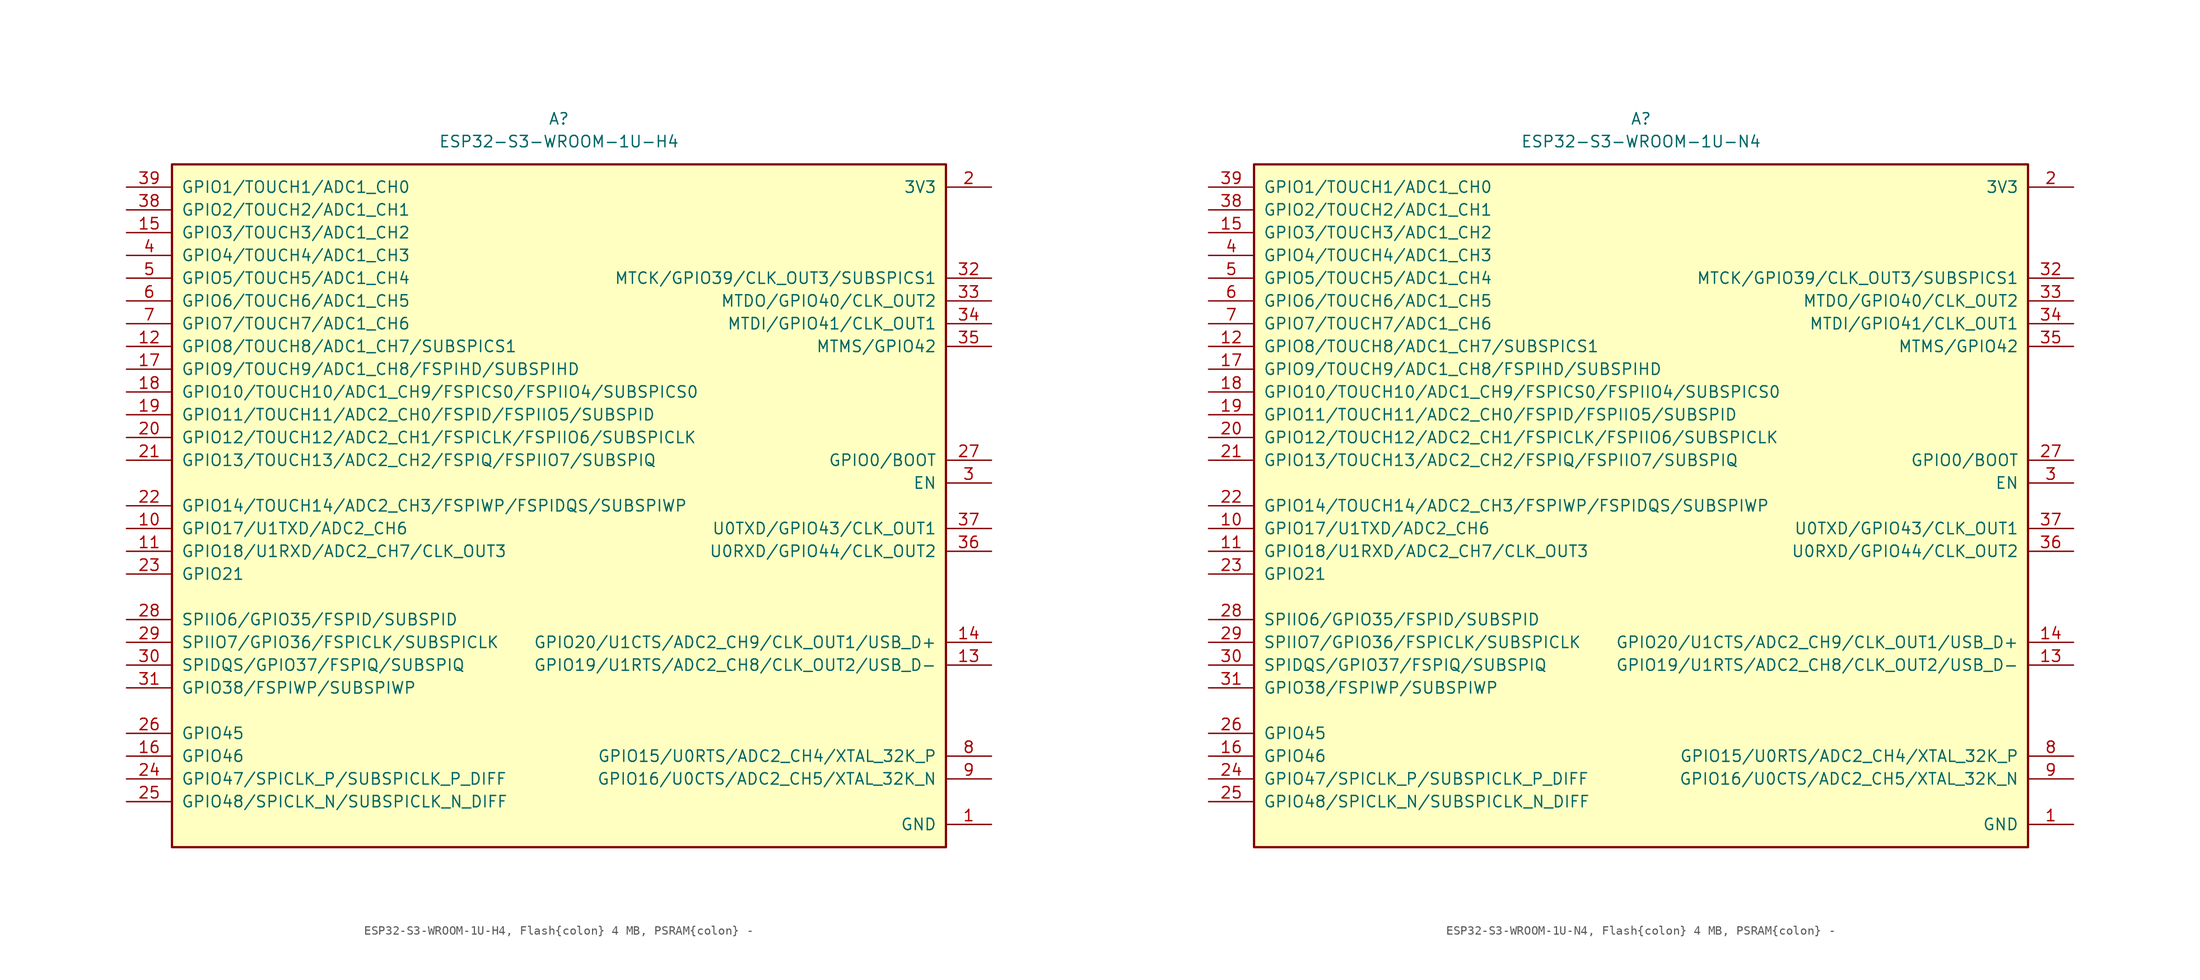
<source format=kicad_sym>
(kicad_symbol_lib
  (version 20241209)
  (generator "kicad_symbol_editor")
  (generator_version "9.0")
  (symbol "ESP32-S3-WROOM-1U-H4, Flash{colon} 4 MB, PSRAM{colon} -"
    (pin_names
      (offset 1.016))
    (property "Reference" "A"
      (at 0 43.18 0)
      (effects (font (size 1.27 1.27))))
    (property "Value" "ESP32-S3-WROOM-1U-H4"
      (at 0 40.64 0)
      (effects (font (size 1.27 1.27))))
    (symbol "ESP32-S3-WROOM-1U-H4, Flash{colon} 4 MB, PSRAM{colon} -_0_0"
      (pin bidirectional line (at -48.26 35.56 0) (length 5.08) (name "GPIO1/TOUCH1/ADC1_CH0" (effects (font (size 1.27 1.27)))) (number "39" (effects (font (size 1.27 1.27)))))
      (pin bidirectional line (at -48.26 33.02 0) (length 5.08) (name "GPIO2/TOUCH2/ADC1_CH1" (effects (font (size 1.27 1.27)))) (number "38" (effects (font (size 1.27 1.27)))))
      (pin bidirectional line (at -48.26 30.48 0) (length 5.08) (name "GPIO3/TOUCH3/ADC1_CH2" (effects (font (size 1.27 1.27)))) (number "15" (effects (font (size 1.27 1.27)))))
      (pin bidirectional line (at -48.26 27.94 0) (length 5.08) (name "GPIO4/TOUCH4/ADC1_CH3" (effects (font (size 1.27 1.27)))) (number "4" (effects (font (size 1.27 1.27)))))
      (pin bidirectional line (at -48.26 25.4 0) (length 5.08) (name "GPIO5/TOUCH5/ADC1_CH4" (effects (font (size 1.27 1.27)))) (number "5" (effects (font (size 1.27 1.27)))))
      (pin bidirectional line (at -48.26 22.86 0) (length 5.08) (name "GPIO6/TOUCH6/ADC1_CH5" (effects (font (size 1.27 1.27)))) (number "6" (effects (font (size 1.27 1.27)))))
      (pin bidirectional line (at -48.26 20.32 0) (length 5.08) (name "GPIO7/TOUCH7/ADC1_CH6" (effects (font (size 1.27 1.27)))) (number "7" (effects (font (size 1.27 1.27)))))
      (pin bidirectional line (at -48.26 17.78 0) (length 5.08) (name "GPIO8/TOUCH8/ADC1_CH7/SUBSPICS1" (effects (font (size 1.27 1.27)))) (number "12" (effects (font (size 1.27 1.27)))))
      (pin bidirectional line (at -48.26 15.24 0) (length 5.08) (name "GPIO9/TOUCH9/ADC1_CH8/FSPIHD/SUBSPIHD" (effects (font (size 1.27 1.27)))) (number "17" (effects (font (size 1.27 1.27)))))
      (pin bidirectional line (at -48.26 12.7 0) (length 5.08) (name "GPIO10/TOUCH10/ADC1_CH9/FSPICS0/FSPIIO4/SUBSPICS0" (effects (font (size 1.27 1.27)))) (number "18" (effects (font (size 1.27 1.27)))))
      (pin bidirectional line (at -48.26 10.16 0) (length 5.08) (name "GPIO11/TOUCH11/ADC2_CH0/FSPID/FSPIIO5/SUBSPID" (effects (font (size 1.27 1.27)))) (number "19" (effects (font (size 1.27 1.27)))))
      (pin bidirectional line (at -48.26 7.62 0) (length 5.08) (name "GPIO12/TOUCH12/ADC2_CH1/FSPICLK/FSPIIO6/SUBSPICLK" (effects (font (size 1.27 1.27)))) (number "20" (effects (font (size 1.27 1.27)))))
      (pin bidirectional line (at -48.26 5.08 0) (length 5.08) (name "GPIO13/TOUCH13/ADC2_CH2/FSPIQ/FSPIIO7/SUBSPIQ" (effects (font (size 1.27 1.27)))) (number "21" (effects (font (size 1.27 1.27)))))
      (pin bidirectional line (at -48.26 0 0) (length 5.08) (name "GPIO14/TOUCH14/ADC2_CH3/FSPIWP/FSPIDQS/SUBSPIWP" (effects (font (size 1.27 1.27)))) (number "22" (effects (font (size 1.27 1.27)))))
      (pin bidirectional line (at -48.26 -2.54 0) (length 5.08) (name "GPIO17/U1TXD/ADC2_CH6" (effects (font (size 1.27 1.27)))) (number "10" (effects (font (size 1.27 1.27)))))
      (pin bidirectional line (at -48.26 -5.08 0) (length 5.08) (name "GPIO18/U1RXD/ADC2_CH7/CLK_OUT3" (effects (font (size 1.27 1.27)))) (number "11" (effects (font (size 1.27 1.27)))))
      (pin bidirectional line (at -48.26 -7.62 0) (length 5.08) (name "GPIO21" (effects (font (size 1.27 1.27)))) (number "23" (effects (font (size 1.27 1.27)))))
      (pin bidirectional line (at -48.26 -12.7 0) (length 5.08) (name "SPIIO6/GPIO35/FSPID/SUBSPID" (effects (font (size 1.27 1.27)))) (number "28" (effects (font (size 1.27 1.27)))))
      (pin bidirectional line (at -48.26 -15.24 0) (length 5.08) (name "SPIIO7/GPIO36/FSPICLK/SUBSPICLK" (effects (font (size 1.27 1.27)))) (number "29" (effects (font (size 1.27 1.27)))))
      (pin bidirectional line (at -48.26 -17.78 0) (length 5.08) (name "SPIDQS/GPIO37/FSPIQ/SUBSPIQ" (effects (font (size 1.27 1.27)))) (number "30" (effects (font (size 1.27 1.27)))))
      (pin bidirectional line (at -48.26 -20.32 0) (length 5.08) (name "GPIO38/FSPIWP/SUBSPIWP" (effects (font (size 1.27 1.27)))) (number "31" (effects (font (size 1.27 1.27)))))
      (pin bidirectional line (at -48.26 -25.4 0) (length 5.08) (name "GPIO45" (effects (font (size 1.27 1.27)))) (number "26" (effects (font (size 1.27 1.27)))))
      (pin bidirectional line (at -48.26 -27.94 0) (length 5.08) (name "GPIO46" (effects (font (size 1.27 1.27)))) (number "16" (effects (font (size 1.27 1.27)))))
      (pin bidirectional line (at -48.26 -30.48 0) (length 5.08) (name "GPIO47/SPICLK_P/SUBSPICLK_P_DIFF" (effects (font (size 1.27 1.27)))) (number "24" (effects (font (size 1.27 1.27)))))
      (pin bidirectional line (at -48.26 -33.02 0) (length 5.08) (name "GPIO48/SPICLK_N/SUBSPICLK_N_DIFF" (effects (font (size 1.27 1.27)))) (number "25" (effects (font (size 1.27 1.27)))))
      (pin power_in line (at 48.26 35.56 180) (length 5.08) (name "3V3" (effects (font (size 1.27 1.27)))) (number "2" (effects (font (size 1.27 1.27)))))
      (pin bidirectional line (at 48.26 25.4 180) (length 5.08) (name "MTCK/GPIO39/CLK_OUT3/SUBSPICS1" (effects (font (size 1.27 1.27)))) (number "32" (effects (font (size 1.27 1.27)))))
      (pin bidirectional line (at 48.26 22.86 180) (length 5.08) (name "MTDO/GPIO40/CLK_OUT2" (effects (font (size 1.27 1.27)))) (number "33" (effects (font (size 1.27 1.27)))))
      (pin bidirectional line (at 48.26 20.32 180) (length 5.08) (name "MTDI/GPIO41/CLK_OUT1" (effects (font (size 1.27 1.27)))) (number "34" (effects (font (size 1.27 1.27)))))
      (pin bidirectional line (at 48.26 17.78 180) (length 5.08) (name "MTMS/GPIO42" (effects (font (size 1.27 1.27)))) (number "35" (effects (font (size 1.27 1.27)))))
      (pin bidirectional line (at 48.26 5.08 180) (length 5.08) (name "GPIO0/BOOT" (effects (font (size 1.27 1.27)))) (number "27" (effects (font (size 1.27 1.27)))))
      (pin input line (at 48.26 2.54 180) (length 5.08) (name "EN" (effects (font (size 1.27 1.27)))) (number "3" (effects (font (size 1.27 1.27)))))
      (pin bidirectional line (at 48.26 -2.54 180) (length 5.08) (name "U0TXD/GPIO43/CLK_OUT1" (effects (font (size 1.27 1.27)))) (number "37" (effects (font (size 1.27 1.27)))))
      (pin bidirectional line (at 48.26 -5.08 180) (length 5.08) (name "U0RXD/GPIO44/CLK_OUT2" (effects (font (size 1.27 1.27)))) (number "36" (effects (font (size 1.27 1.27)))))
      (pin bidirectional line (at 48.26 -15.24 180) (length 5.08) (name "GPIO20/U1CTS/ADC2_CH9/CLK_OUT1/USB_D+" (effects (font (size 1.27 1.27)))) (number "14" (effects (font (size 1.27 1.27)))))
      (pin bidirectional line (at 48.26 -17.78 180) (length 5.08) (name "GPIO19/U1RTS/ADC2_CH8/CLK_OUT2/USB_D-" (effects (font (size 1.27 1.27)))) (number "13" (effects (font (size 1.27 1.27)))))
      (pin bidirectional line (at 48.26 -27.94 180) (length 5.08) (name "GPIO15/U0RTS/ADC2_CH4/XTAL_32K_P" (effects (font (size 1.27 1.27)))) (number "8" (effects (font (size 1.27 1.27)))))
      (pin bidirectional line (at 48.26 -30.48 180) (length 5.08) (name "GPIO16/U0CTS/ADC2_CH5/XTAL_32K_N" (effects (font (size 1.27 1.27)))) (number "9" (effects (font (size 1.27 1.27)))))
      (pin passive line (at 48.26 -35.56 180) (length 5.08) (name "GND" (effects (font (size 1.27 1.27)))) (number "1" (effects (font (size 1.27 1.27)))))
      (pin passive line (at 48.26 -35.56 180) (length 5.08) (hide yes) (name "GND" (effects (font (size 1.27 1.27)))) (number "40" (effects (font (size 1.27 1.27)))))
      (pin passive line (at 48.26 -35.56 180) (length 5.08) (hide yes) (name "GND" (effects (font (size 1.27 1.27)))) (number "41" (effects (font (size 1.27 1.27))))))
    (symbol "ESP32-S3-WROOM-1U-H4, Flash{colon} 4 MB, PSRAM{colon} -_0_1"
      (rectangle (start -43.18 38.1) (end 43.18 -38.1) (stroke (width 0.254) (type default)) (fill (type background)))))
  (symbol "ESP32-S3-WROOM-1U-N4, Flash{colon} 4 MB, PSRAM{colon} -"
    (pin_names
      (offset 1.016))
    (property "Reference" "A"
      (at 0 43.18 0)
      (effects (font (size 1.27 1.27))))
    (property "Value" "ESP32-S3-WROOM-1U-N4"
      (at 0 40.64 0)
      (effects (font (size 1.27 1.27))))
    (symbol "ESP32-S3-WROOM-1U-N4, Flash{colon} 4 MB, PSRAM{colon} -_0_0"
      (pin bidirectional line (at -48.26 35.56 0) (length 5.08) (name "GPIO1/TOUCH1/ADC1_CH0" (effects (font (size 1.27 1.27)))) (number "39" (effects (font (size 1.27 1.27)))))
      (pin bidirectional line (at -48.26 33.02 0) (length 5.08) (name "GPIO2/TOUCH2/ADC1_CH1" (effects (font (size 1.27 1.27)))) (number "38" (effects (font (size 1.27 1.27)))))
      (pin bidirectional line (at -48.26 30.48 0) (length 5.08) (name "GPIO3/TOUCH3/ADC1_CH2" (effects (font (size 1.27 1.27)))) (number "15" (effects (font (size 1.27 1.27)))))
      (pin bidirectional line (at -48.26 27.94 0) (length 5.08) (name "GPIO4/TOUCH4/ADC1_CH3" (effects (font (size 1.27 1.27)))) (number "4" (effects (font (size 1.27 1.27)))))
      (pin bidirectional line (at -48.26 25.4 0) (length 5.08) (name "GPIO5/TOUCH5/ADC1_CH4" (effects (font (size 1.27 1.27)))) (number "5" (effects (font (size 1.27 1.27)))))
      (pin bidirectional line (at -48.26 22.86 0) (length 5.08) (name "GPIO6/TOUCH6/ADC1_CH5" (effects (font (size 1.27 1.27)))) (number "6" (effects (font (size 1.27 1.27)))))
      (pin bidirectional line (at -48.26 20.32 0) (length 5.08) (name "GPIO7/TOUCH7/ADC1_CH6" (effects (font (size 1.27 1.27)))) (number "7" (effects (font (size 1.27 1.27)))))
      (pin bidirectional line (at -48.26 17.78 0) (length 5.08) (name "GPIO8/TOUCH8/ADC1_CH7/SUBSPICS1" (effects (font (size 1.27 1.27)))) (number "12" (effects (font (size 1.27 1.27)))))
      (pin bidirectional line (at -48.26 15.24 0) (length 5.08) (name "GPIO9/TOUCH9/ADC1_CH8/FSPIHD/SUBSPIHD" (effects (font (size 1.27 1.27)))) (number "17" (effects (font (size 1.27 1.27)))))
      (pin bidirectional line (at -48.26 12.7 0) (length 5.08) (name "GPIO10/TOUCH10/ADC1_CH9/FSPICS0/FSPIIO4/SUBSPICS0" (effects (font (size 1.27 1.27)))) (number "18" (effects (font (size 1.27 1.27)))))
      (pin bidirectional line (at -48.26 10.16 0) (length 5.08) (name "GPIO11/TOUCH11/ADC2_CH0/FSPID/FSPIIO5/SUBSPID" (effects (font (size 1.27 1.27)))) (number "19" (effects (font (size 1.27 1.27)))))
      (pin bidirectional line (at -48.26 7.62 0) (length 5.08) (name "GPIO12/TOUCH12/ADC2_CH1/FSPICLK/FSPIIO6/SUBSPICLK" (effects (font (size 1.27 1.27)))) (number "20" (effects (font (size 1.27 1.27)))))
      (pin bidirectional line (at -48.26 5.08 0) (length 5.08) (name "GPIO13/TOUCH13/ADC2_CH2/FSPIQ/FSPIIO7/SUBSPIQ" (effects (font (size 1.27 1.27)))) (number "21" (effects (font (size 1.27 1.27)))))
      (pin bidirectional line (at -48.26 0 0) (length 5.08) (name "GPIO14/TOUCH14/ADC2_CH3/FSPIWP/FSPIDQS/SUBSPIWP" (effects (font (size 1.27 1.27)))) (number "22" (effects (font (size 1.27 1.27)))))
      (pin bidirectional line (at -48.26 -2.54 0) (length 5.08) (name "GPIO17/U1TXD/ADC2_CH6" (effects (font (size 1.27 1.27)))) (number "10" (effects (font (size 1.27 1.27)))))
      (pin bidirectional line (at -48.26 -5.08 0) (length 5.08) (name "GPIO18/U1RXD/ADC2_CH7/CLK_OUT3" (effects (font (size 1.27 1.27)))) (number "11" (effects (font (size 1.27 1.27)))))
      (pin bidirectional line (at -48.26 -7.62 0) (length 5.08) (name "GPIO21" (effects (font (size 1.27 1.27)))) (number "23" (effects (font (size 1.27 1.27)))))
      (pin bidirectional line (at -48.26 -12.7 0) (length 5.08) (name "SPIIO6/GPIO35/FSPID/SUBSPID" (effects (font (size 1.27 1.27)))) (number "28" (effects (font (size 1.27 1.27)))))
      (pin bidirectional line (at -48.26 -15.24 0) (length 5.08) (name "SPIIO7/GPIO36/FSPICLK/SUBSPICLK" (effects (font (size 1.27 1.27)))) (number "29" (effects (font (size 1.27 1.27)))))
      (pin bidirectional line (at -48.26 -17.78 0) (length 5.08) (name "SPIDQS/GPIO37/FSPIQ/SUBSPIQ" (effects (font (size 1.27 1.27)))) (number "30" (effects (font (size 1.27 1.27)))))
      (pin bidirectional line (at -48.26 -20.32 0) (length 5.08) (name "GPIO38/FSPIWP/SUBSPIWP" (effects (font (size 1.27 1.27)))) (number "31" (effects (font (size 1.27 1.27)))))
      (pin bidirectional line (at -48.26 -25.4 0) (length 5.08) (name "GPIO45" (effects (font (size 1.27 1.27)))) (number "26" (effects (font (size 1.27 1.27)))))
      (pin bidirectional line (at -48.26 -27.94 0) (length 5.08) (name "GPIO46" (effects (font (size 1.27 1.27)))) (number "16" (effects (font (size 1.27 1.27)))))
      (pin bidirectional line (at -48.26 -30.48 0) (length 5.08) (name "GPIO47/SPICLK_P/SUBSPICLK_P_DIFF" (effects (font (size 1.27 1.27)))) (number "24" (effects (font (size 1.27 1.27)))))
      (pin bidirectional line (at -48.26 -33.02 0) (length 5.08) (name "GPIO48/SPICLK_N/SUBSPICLK_N_DIFF" (effects (font (size 1.27 1.27)))) (number "25" (effects (font (size 1.27 1.27)))))
      (pin power_in line (at 48.26 35.56 180) (length 5.08) (name "3V3" (effects (font (size 1.27 1.27)))) (number "2" (effects (font (size 1.27 1.27)))))
      (pin bidirectional line (at 48.26 25.4 180) (length 5.08) (name "MTCK/GPIO39/CLK_OUT3/SUBSPICS1" (effects (font (size 1.27 1.27)))) (number "32" (effects (font (size 1.27 1.27)))))
      (pin bidirectional line (at 48.26 22.86 180) (length 5.08) (name "MTDO/GPIO40/CLK_OUT2" (effects (font (size 1.27 1.27)))) (number "33" (effects (font (size 1.27 1.27)))))
      (pin bidirectional line (at 48.26 20.32 180) (length 5.08) (name "MTDI/GPIO41/CLK_OUT1" (effects (font (size 1.27 1.27)))) (number "34" (effects (font (size 1.27 1.27)))))
      (pin bidirectional line (at 48.26 17.78 180) (length 5.08) (name "MTMS/GPIO42" (effects (font (size 1.27 1.27)))) (number "35" (effects (font (size 1.27 1.27)))))
      (pin bidirectional line (at 48.26 5.08 180) (length 5.08) (name "GPIO0/BOOT" (effects (font (size 1.27 1.27)))) (number "27" (effects (font (size 1.27 1.27)))))
      (pin input line (at 48.26 2.54 180) (length 5.08) (name "EN" (effects (font (size 1.27 1.27)))) (number "3" (effects (font (size 1.27 1.27)))))
      (pin bidirectional line (at 48.26 -2.54 180) (length 5.08) (name "U0TXD/GPIO43/CLK_OUT1" (effects (font (size 1.27 1.27)))) (number "37" (effects (font (size 1.27 1.27)))))
      (pin bidirectional line (at 48.26 -5.08 180) (length 5.08) (name "U0RXD/GPIO44/CLK_OUT2" (effects (font (size 1.27 1.27)))) (number "36" (effects (font (size 1.27 1.27)))))
      (pin bidirectional line (at 48.26 -15.24 180) (length 5.08) (name "GPIO20/U1CTS/ADC2_CH9/CLK_OUT1/USB_D+" (effects (font (size 1.27 1.27)))) (number "14" (effects (font (size 1.27 1.27)))))
      (pin bidirectional line (at 48.26 -17.78 180) (length 5.08) (name "GPIO19/U1RTS/ADC2_CH8/CLK_OUT2/USB_D-" (effects (font (size 1.27 1.27)))) (number "13" (effects (font (size 1.27 1.27)))))
      (pin bidirectional line (at 48.26 -27.94 180) (length 5.08) (name "GPIO15/U0RTS/ADC2_CH4/XTAL_32K_P" (effects (font (size 1.27 1.27)))) (number "8" (effects (font (size 1.27 1.27)))))
      (pin bidirectional line (at 48.26 -30.48 180) (length 5.08) (name "GPIO16/U0CTS/ADC2_CH5/XTAL_32K_N" (effects (font (size 1.27 1.27)))) (number "9" (effects (font (size 1.27 1.27)))))
      (pin passive line (at 48.26 -35.56 180) (length 5.08) (name "GND" (effects (font (size 1.27 1.27)))) (number "1" (effects (font (size 1.27 1.27)))))
      (pin passive line (at 48.26 -35.56 180) (length 5.08) (hide yes) (name "GND" (effects (font (size 1.27 1.27)))) (number "40" (effects (font (size 1.27 1.27)))))
      (pin passive line (at 48.26 -35.56 180) (length 5.08) (hide yes) (name "GND" (effects (font (size 1.27 1.27)))) (number "41" (effects (font (size 1.27 1.27))))))
    (symbol "ESP32-S3-WROOM-1U-N4, Flash{colon} 4 MB, PSRAM{colon} -_0_1"
      (rectangle (start -43.18 38.1) (end 43.18 -38.1) (stroke (width 0.254) (type default)) (fill (type background))))))
</source>
